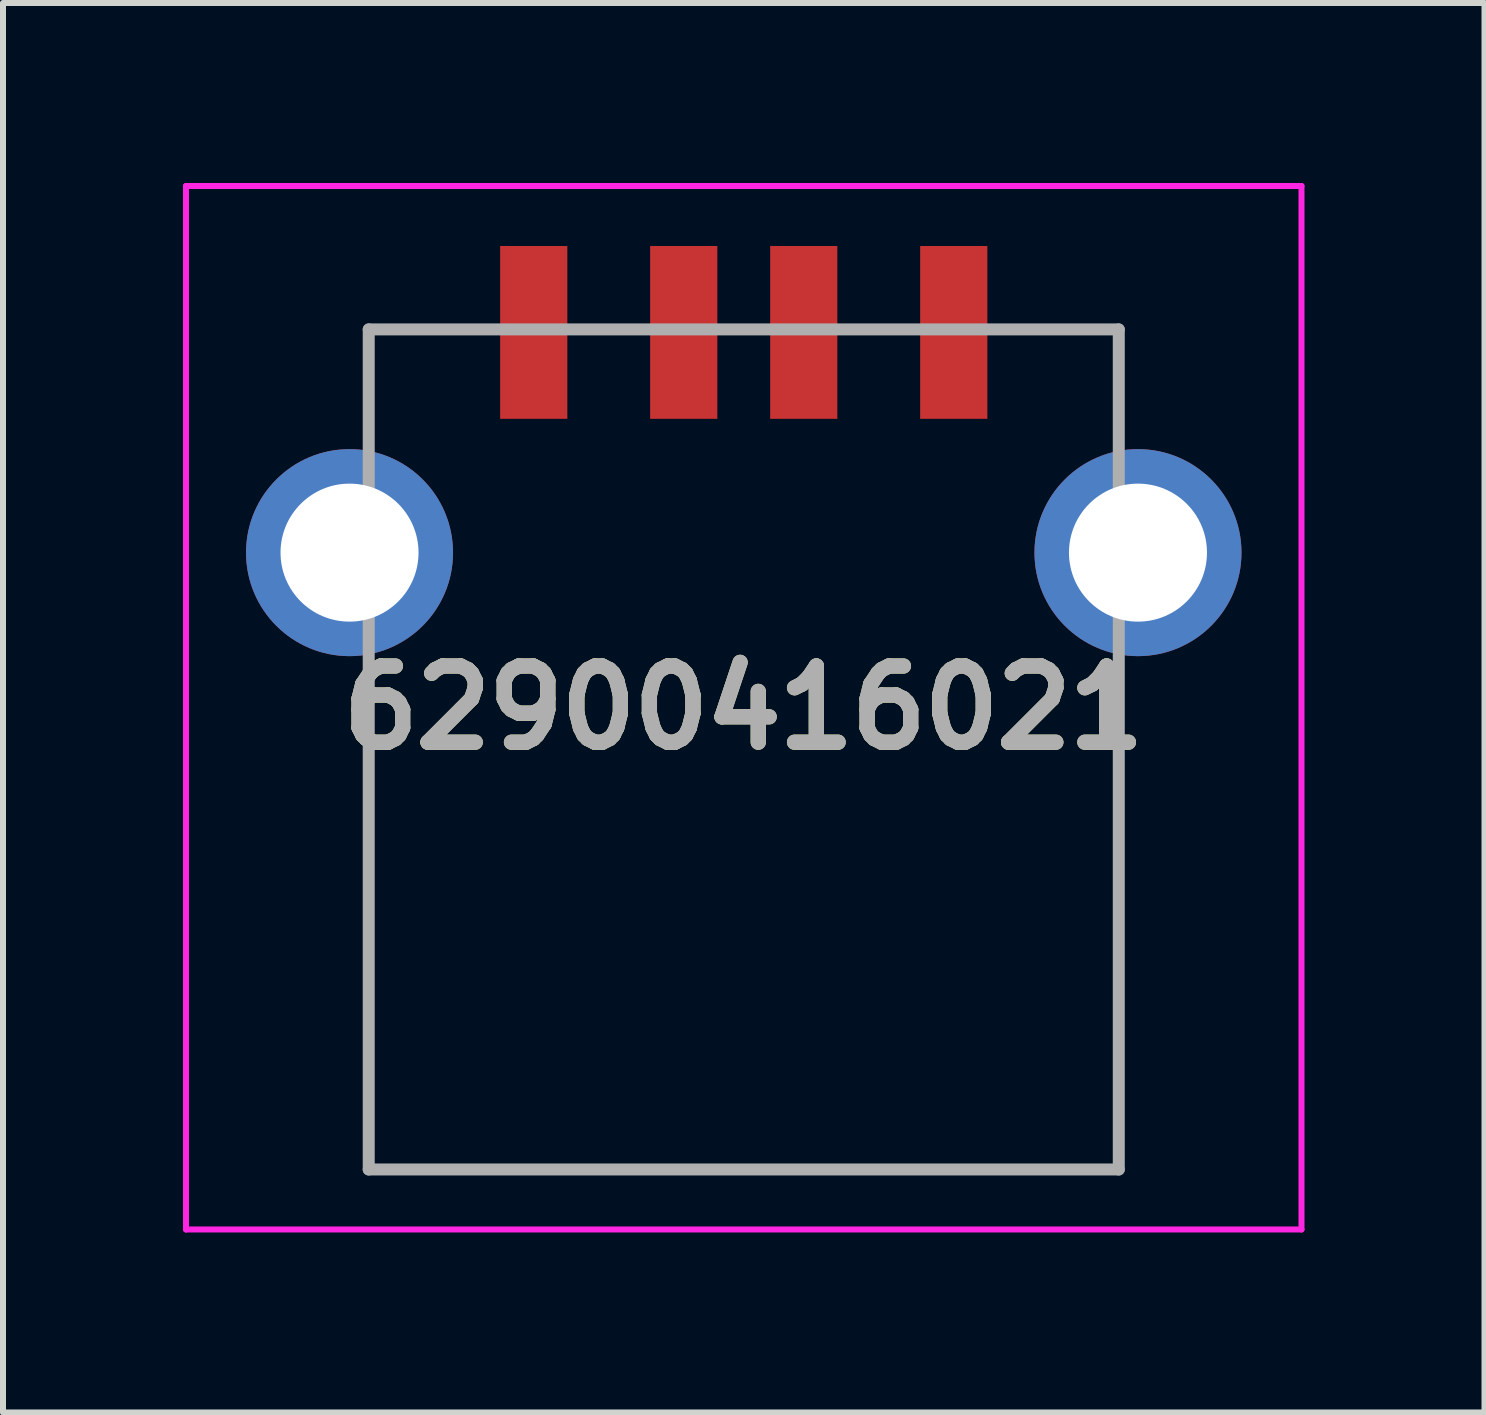
<source format=kicad_pcb>
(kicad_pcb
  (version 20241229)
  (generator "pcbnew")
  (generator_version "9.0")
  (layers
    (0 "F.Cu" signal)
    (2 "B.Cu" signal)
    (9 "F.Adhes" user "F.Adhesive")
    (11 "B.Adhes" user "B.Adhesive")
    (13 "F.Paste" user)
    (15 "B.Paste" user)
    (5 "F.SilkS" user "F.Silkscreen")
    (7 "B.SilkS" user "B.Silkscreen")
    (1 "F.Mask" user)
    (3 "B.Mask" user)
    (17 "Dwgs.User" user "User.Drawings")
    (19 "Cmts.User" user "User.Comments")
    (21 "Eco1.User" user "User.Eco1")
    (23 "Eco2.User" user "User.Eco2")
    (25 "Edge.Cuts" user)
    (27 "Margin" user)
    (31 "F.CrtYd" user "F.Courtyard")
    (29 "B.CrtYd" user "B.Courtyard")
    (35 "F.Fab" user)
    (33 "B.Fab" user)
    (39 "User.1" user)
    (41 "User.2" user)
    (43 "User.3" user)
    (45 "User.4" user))
  (footprint "62900416021"
    (layer "F.Cu")
    (at 9.345 8.745)
    (property "Reference" "62900416021" (at 0 0 0) (layer "F.SilkS") (effects (font (size 1.27 1.27) (thickness 0.254))))
    (attr through_hole)
    (fp_line (start -6.25 -6.305) (end -6.25 -4.585) (stroke (width 0.1) (type solid)) (layer "F.SilkS"))
    (fp_line (start -6.25 -0.585) (end -6.25 7.695) (stroke (width 0.1) (type solid)) (layer "F.SilkS"))
    (fp_line (start -6.25 7.695) (end 6.25 7.695) (stroke (width 0.1) (type solid)) (layer "F.SilkS"))
    (fp_line (start -5 -6.305) (end -6.25 -6.305) (stroke (width 0.1) (type solid)) (layer "F.SilkS"))
    (fp_line (start 5 -6.305) (end 6.25 -6.305) (stroke (width 0.1) (type solid)) (layer "F.SilkS"))
    (fp_line (start 6.25 -6.305) (end 6.25 -4.585) (stroke (width 0.1) (type solid)) (layer "F.SilkS"))
    (fp_line (start 6.25 7.695) (end 6.25 -0.585) (stroke (width 0.1) (type solid)) (layer "F.SilkS"))
    (fp_line (start -9.295 -8.695) (end 9.295 -8.695) (stroke (width 0.1) (type solid)) (layer "F.CrtYd"))
    (fp_line (start -9.295 8.695) (end -9.295 -8.695) (stroke (width 0.1) (type solid)) (layer "F.CrtYd"))
    (fp_line (start 9.295 -8.695) (end 9.295 8.695) (stroke (width 0.1) (type solid)) (layer "F.CrtYd"))
    (fp_line (start 9.295 8.695) (end -9.295 8.695) (stroke (width 0.1) (type solid)) (layer "F.CrtYd"))
    (fp_line (start -6.25 -6.305) (end 6.25 -6.305) (stroke (width 0.2) (type solid)) (layer "F.Fab"))
    (fp_line (start -6.25 7.695) (end -6.25 -6.305) (stroke (width 0.2) (type solid)) (layer "F.Fab"))
    (fp_line (start 6.25 -6.305) (end 6.25 7.695) (stroke (width 0.2) (type solid)) (layer "F.Fab"))
    (fp_line (start 6.25 7.695) (end -6.25 7.695) (stroke (width 0.2) (type solid)) (layer "F.Fab"))
    (fp_text user "${REFERENCE}" (at 0 0 0) (layer "F.Fab") (effects (font (size 1.27 1.27) (thickness 0.254))))
    (pad "1" smd rect (at -3.5 -6.255) (size 1.12 2.88) (layers "F.Cu" "F.Mask" "F.Paste"))
    (pad "2" smd rect (at -1 -6.255) (size 1.12 2.88) (layers "F.Cu" "F.Mask" "F.Paste"))
    (pad "3" smd rect (at 1 -6.255) (size 1.12 2.88) (layers "F.Cu" "F.Mask" "F.Paste"))
    (pad "4" smd rect (at 3.5 -6.255) (size 1.12 2.88) (layers "F.Cu" "F.Mask" "F.Paste"))
    (pad "5" thru_hole circle (at -6.57 -2.585) (size 3.45 3.45) (drill 2.3) (layers "*.Cu" "*.Mask"))
    (pad "6" thru_hole circle (at 6.57 -2.585) (size 3.45 3.45) (drill 2.3) (layers "*.Cu" "*.Mask")))
  (gr_rect
    (start -3 -3)
    (end 21.69 20.49)
    (stroke (width 0.1) (type default))
    (fill no)
    (layer "Edge.Cuts")))
</source>
